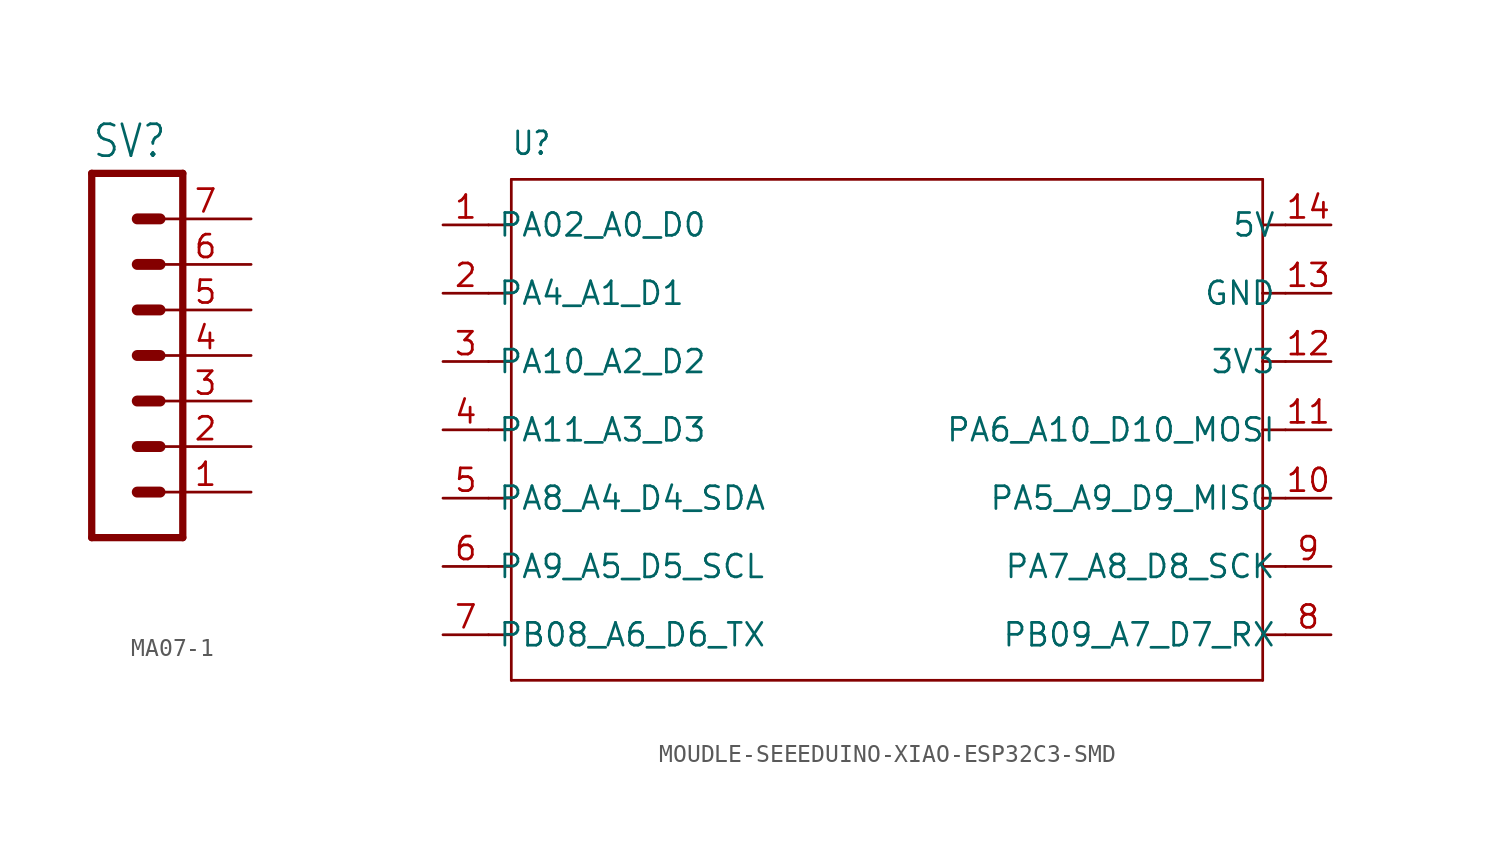
<source format=kicad_sym>
(kicad_symbol_lib
  (version 20231120)
  (generator "kicad_symbol_editor")
  (generator_version "8.0")
  (symbol "MA07-1"
    (property "Reference" "SV"
      (at -1.27 10.922 0)
      (effects (font (size 1.778 1.511)) (justify left bottom)))
    (property "Value" ""
      (at -1.27 -12.7 0)
      (effects (font (size 1.778 1.511)) (justify left bottom)))
    (property "ki_locked" ""
      (at 0 0 0)
      (effects (font (size 1.27 1.27))))
    (symbol "MA07-1_1_0"
      (polyline (pts (xy -1.27 10.16) (xy -1.27 -10.16)) (stroke (width 0.406) (type solid)) (fill (type none)))
      (polyline (pts (xy -1.27 10.16) (xy 3.81 10.16)) (stroke (width 0.406) (type solid)) (fill (type none)))
      (polyline (pts (xy 1.27 -7.62) (xy 2.54 -7.62)) (stroke (width 0.61) (type solid)) (fill (type none)))
      (polyline (pts (xy 1.27 -5.08) (xy 2.54 -5.08)) (stroke (width 0.61) (type solid)) (fill (type none)))
      (polyline (pts (xy 1.27 -2.54) (xy 2.54 -2.54)) (stroke (width 0.61) (type solid)) (fill (type none)))
      (polyline (pts (xy 1.27 0) (xy 2.54 0)) (stroke (width 0.61) (type solid)) (fill (type none)))
      (polyline (pts (xy 1.27 2.54) (xy 2.54 2.54)) (stroke (width 0.61) (type solid)) (fill (type none)))
      (polyline (pts (xy 1.27 5.08) (xy 2.54 5.08)) (stroke (width 0.61) (type solid)) (fill (type none)))
      (polyline (pts (xy 1.27 7.62) (xy 2.54 7.62)) (stroke (width 0.61) (type solid)) (fill (type none)))
      (polyline (pts (xy 3.81 -10.16) (xy -1.27 -10.16)) (stroke (width 0.406) (type solid)) (fill (type none)))
      (polyline (pts (xy 3.81 -10.16) (xy 3.81 10.16)) (stroke (width 0.406) (type solid)) (fill (type none)))
      (pin passive line (at 7.62 -7.62 180) (length 5.08) (name "1" (effects (font (size 0 0)))) (number "1" (effects (font (size 1.27 1.27)))))
      (pin passive line (at 7.62 -5.08 180) (length 5.08) (name "2" (effects (font (size 0 0)))) (number "2" (effects (font (size 1.27 1.27)))))
      (pin passive line (at 7.62 -2.54 180) (length 5.08) (name "3" (effects (font (size 0 0)))) (number "3" (effects (font (size 1.27 1.27)))))
      (pin passive line (at 7.62 0 180) (length 5.08) (name "4" (effects (font (size 0 0)))) (number "4" (effects (font (size 1.27 1.27)))))
      (pin passive line (at 7.62 2.54 180) (length 5.08) (name "5" (effects (font (size 0 0)))) (number "5" (effects (font (size 1.27 1.27)))))
      (pin passive line (at 7.62 5.08 180) (length 5.08) (name "6" (effects (font (size 0 0)))) (number "6" (effects (font (size 1.27 1.27)))))
      (pin passive line (at 7.62 7.62 180) (length 5.08) (name "7" (effects (font (size 0 0)))) (number "7" (effects (font (size 1.27 1.27)))))))
  (symbol "MOUDLE-SEEEDUINO-XIAO-ESP32C3-SMD"
    (property "Reference" "U"
      (at -21.59 15.24 0)
      (effects (font (size 1.27 1.079)) (justify left bottom)))
    (property "Value" ""
      (at -21.59 13.97 0)
      (effects (font (size 1.27 1.079)) (justify left bottom)))
    (property "ki_locked" ""
      (at 0 0 0)
      (effects (font (size 1.27 1.27))))
    (symbol "MOUDLE-SEEEDUINO-XIAO-ESP32C3-SMD_1_0"
      (polyline (pts (xy -21.59 -13.97) (xy -21.59 0)) (stroke (width 0.152) (type solid)) (fill (type none)))
      (polyline (pts (xy -21.59 -11.43) (xy -22.86 -11.43)) (stroke (width 0.152) (type solid)) (fill (type none)))
      (polyline (pts (xy -21.59 -7.62) (xy -22.86 -7.62)) (stroke (width 0.152) (type solid)) (fill (type none)))
      (polyline (pts (xy -21.59 -3.81) (xy -22.86 -3.81)) (stroke (width 0.152) (type solid)) (fill (type none)))
      (polyline (pts (xy -21.59 0) (xy -22.86 0)) (stroke (width 0.152) (type solid)) (fill (type none)))
      (polyline (pts (xy -21.59 0) (xy -21.59 3.81)) (stroke (width 0.152) (type solid)) (fill (type none)))
      (polyline (pts (xy -21.59 3.81) (xy -22.86 3.81)) (stroke (width 0.152) (type solid)) (fill (type none)))
      (polyline (pts (xy -21.59 3.81) (xy -21.59 7.62)) (stroke (width 0.152) (type solid)) (fill (type none)))
      (polyline (pts (xy -21.59 7.62) (xy -22.86 7.62)) (stroke (width 0.152) (type solid)) (fill (type none)))
      (polyline (pts (xy -21.59 7.62) (xy -21.59 11.43)) (stroke (width 0.152) (type solid)) (fill (type none)))
      (polyline (pts (xy -21.59 11.43) (xy -22.86 11.43)) (stroke (width 0.152) (type solid)) (fill (type none)))
      (polyline (pts (xy -21.59 11.43) (xy -21.59 13.97)) (stroke (width 0.152) (type solid)) (fill (type none)))
      (polyline (pts (xy -21.59 13.97) (xy 20.32 13.97)) (stroke (width 0.152) (type solid)) (fill (type none)))
      (polyline (pts (xy 20.32 -13.97) (xy -21.59 -13.97)) (stroke (width 0.152) (type solid)) (fill (type none)))
      (polyline (pts (xy 20.32 3.81) (xy 20.32 -13.97)) (stroke (width 0.152) (type solid)) (fill (type none)))
      (polyline (pts (xy 20.32 7.62) (xy 20.32 3.81)) (stroke (width 0.152) (type solid)) (fill (type none)))
      (polyline (pts (xy 20.32 11.43) (xy 20.32 7.62)) (stroke (width 0.152) (type solid)) (fill (type none)))
      (polyline (pts (xy 20.32 13.97) (xy 20.32 11.43)) (stroke (width 0.152) (type solid)) (fill (type none)))
      (polyline (pts (xy 21.59 -11.43) (xy 20.32 -11.43)) (stroke (width 0.152) (type solid)) (fill (type none)))
      (polyline (pts (xy 21.59 -7.62) (xy 20.32 -7.62)) (stroke (width 0.152) (type solid)) (fill (type none)))
      (polyline (pts (xy 21.59 -3.81) (xy 20.32 -3.81)) (stroke (width 0.152) (type solid)) (fill (type none)))
      (polyline (pts (xy 21.59 0) (xy 20.32 0)) (stroke (width 0.152) (type solid)) (fill (type none)))
      (polyline (pts (xy 21.59 3.81) (xy 20.32 3.81)) (stroke (width 0.152) (type solid)) (fill (type none)))
      (polyline (pts (xy 21.59 7.62) (xy 20.32 7.62)) (stroke (width 0.152) (type solid)) (fill (type none)))
      (polyline (pts (xy 21.59 11.43) (xy 20.32 11.43)) (stroke (width 0.152) (type solid)) (fill (type none)))
      (pin bidirectional line (at -25.4 11.43 0) (length 2.54) (name "PA02_A0_D0" (effects (font (size 1.27 1.27)))) (number "1" (effects (font (size 1.27 1.27)))))
      (pin bidirectional line (at 24.13 -3.81 180) (length 2.54) (name "PA5_A9_D9_MISO" (effects (font (size 1.27 1.27)))) (number "10" (effects (font (size 1.27 1.27)))))
      (pin bidirectional line (at 24.13 0 180) (length 2.54) (name "PA6_A10_D10_MOSI" (effects (font (size 1.27 1.27)))) (number "11" (effects (font (size 1.27 1.27)))))
      (pin bidirectional line (at 24.13 3.81 180) (length 2.54) (name "3V3" (effects (font (size 1.27 1.27)))) (number "12" (effects (font (size 1.27 1.27)))))
      (pin bidirectional line (at 24.13 7.62 180) (length 2.54) (name "GND" (effects (font (size 1.27 1.27)))) (number "13" (effects (font (size 1.27 1.27)))))
      (pin bidirectional line (at 24.13 11.43 180) (length 2.54) (name "5V" (effects (font (size 1.27 1.27)))) (number "14" (effects (font (size 1.27 1.27)))))
      (pin bidirectional line (at -25.4 7.62 0) (length 2.54) (name "PA4_A1_D1" (effects (font (size 1.27 1.27)))) (number "2" (effects (font (size 1.27 1.27)))))
      (pin bidirectional line (at -25.4 3.81 0) (length 2.54) (name "PA10_A2_D2" (effects (font (size 1.27 1.27)))) (number "3" (effects (font (size 1.27 1.27)))))
      (pin bidirectional line (at -25.4 0 0) (length 2.54) (name "PA11_A3_D3" (effects (font (size 1.27 1.27)))) (number "4" (effects (font (size 1.27 1.27)))))
      (pin bidirectional line (at -25.4 -3.81 0) (length 2.54) (name "PA8_A4_D4_SDA" (effects (font (size 1.27 1.27)))) (number "5" (effects (font (size 1.27 1.27)))))
      (pin bidirectional line (at -25.4 -7.62 0) (length 2.54) (name "PA9_A5_D5_SCL" (effects (font (size 1.27 1.27)))) (number "6" (effects (font (size 1.27 1.27)))))
      (pin bidirectional line (at -25.4 -11.43 0) (length 2.54) (name "PB08_A6_D6_TX" (effects (font (size 1.27 1.27)))) (number "7" (effects (font (size 1.27 1.27)))))
      (pin bidirectional line (at 24.13 -11.43 180) (length 2.54) (name "PB09_A7_D7_RX" (effects (font (size 1.27 1.27)))) (number "8" (effects (font (size 1.27 1.27)))))
      (pin bidirectional line (at 24.13 -7.62 180) (length 2.54) (name "PA7_A8_D8_SCK" (effects (font (size 1.27 1.27)))) (number "9" (effects (font (size 1.27 1.27))))))))
</source>
